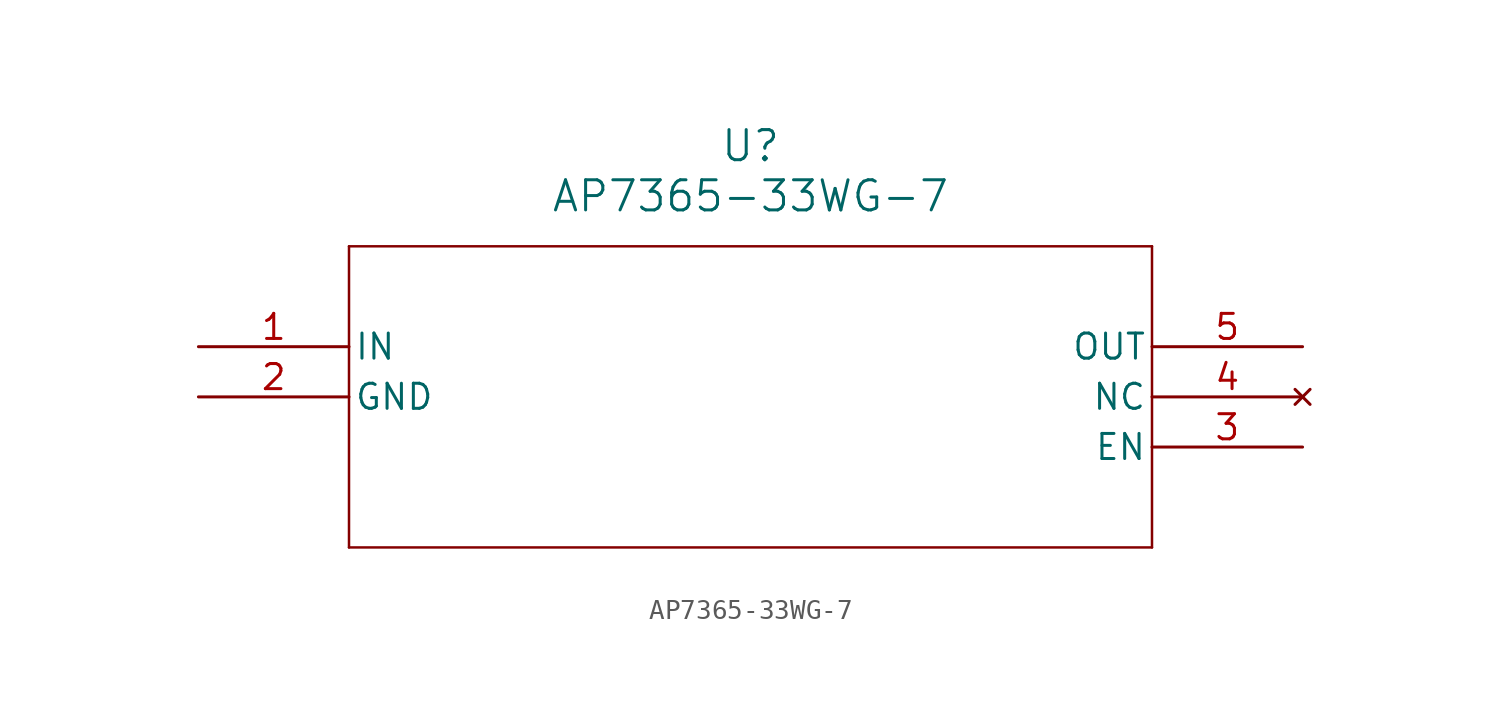
<source format=kicad_sym>
(kicad_symbol_lib
  (version 20211014)
  (generator kicad_symbol_editor)
  (symbol "AP7365-33WG-7"
    (pin_names
      (offset 0.254))
    (property "Reference" "U"
      (at 27.94 10.16 0)
      (effects (font (size 1.524 1.524))))
    (property "Value" "AP7365-33WG-7"
      (at 27.94 7.62 0)
      (effects (font (size 1.524 1.524))))
    (symbol "AP7365-33WG-7_0_1"
      (polyline (pts (xy 7.62 5.08) (xy 7.62 -10.16)) (stroke (width 0.127) (type default) (color 0 0 0 0)) (fill (type none)))
      (polyline (pts (xy 7.62 -10.16) (xy 48.26 -10.16)) (stroke (width 0.127) (type default) (color 0 0 0 0)) (fill (type none)))
      (polyline (pts (xy 48.26 -10.16) (xy 48.26 5.08)) (stroke (width 0.127) (type default) (color 0 0 0 0)) (fill (type none)))
      (polyline (pts (xy 48.26 5.08) (xy 7.62 5.08)) (stroke (width 0.127) (type default) (color 0 0 0 0)) (fill (type none)))
      (pin input line (at 0 0 0) (length 7.62) (name "IN" (effects (font (size 1.27 1.27)))) (number "1" (effects (font (size 1.27 1.27)))))
      (pin power_in line (at 0 -2.54 0) (length 7.62) (name "GND" (effects (font (size 1.27 1.27)))) (number "2" (effects (font (size 1.27 1.27)))))
      (pin input line (at 55.88 -5.08 180) (length 7.62) (name "EN" (effects (font (size 1.27 1.27)))) (number "3" (effects (font (size 1.27 1.27)))))
      (pin no_connect line (at 55.88 -2.54 180) (length 7.62) (name "NC" (effects (font (size 1.27 1.27)))) (number "4" (effects (font (size 1.27 1.27)))))
      (pin output line (at 55.88 0 180) (length 7.62) (name "OUT" (effects (font (size 1.27 1.27)))) (number "5" (effects (font (size 1.27 1.27))))))))
</source>
